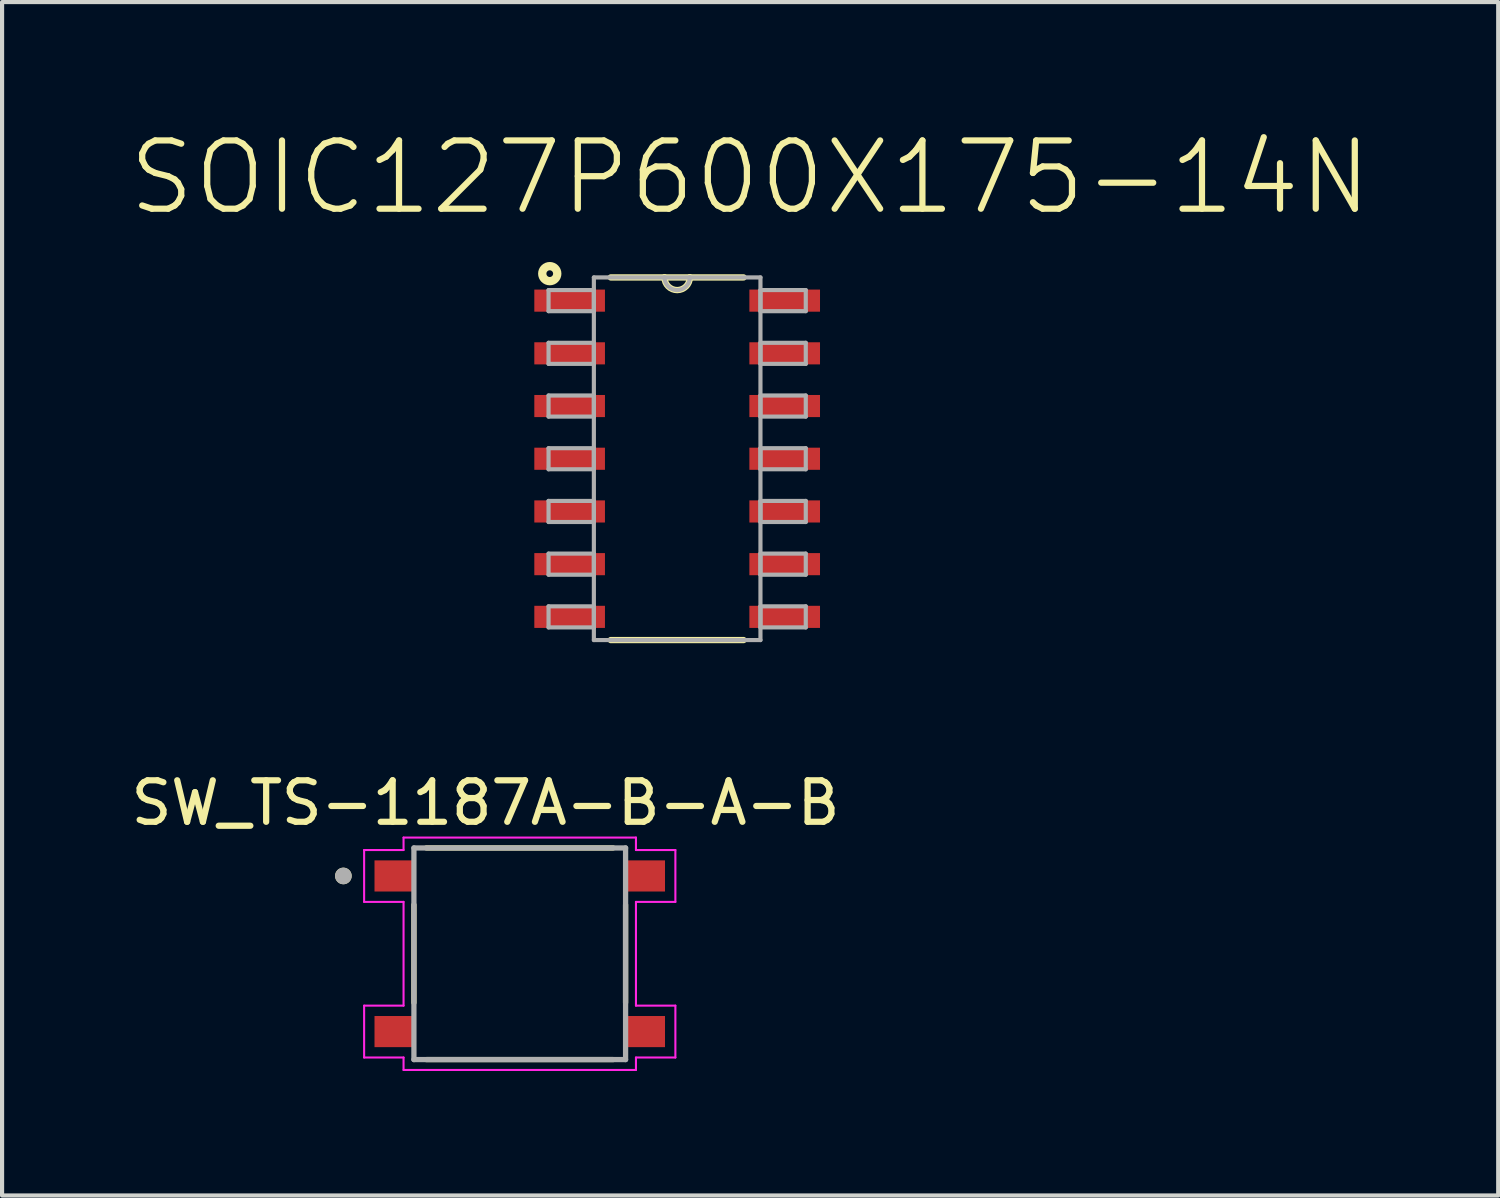
<source format=kicad_pcb>
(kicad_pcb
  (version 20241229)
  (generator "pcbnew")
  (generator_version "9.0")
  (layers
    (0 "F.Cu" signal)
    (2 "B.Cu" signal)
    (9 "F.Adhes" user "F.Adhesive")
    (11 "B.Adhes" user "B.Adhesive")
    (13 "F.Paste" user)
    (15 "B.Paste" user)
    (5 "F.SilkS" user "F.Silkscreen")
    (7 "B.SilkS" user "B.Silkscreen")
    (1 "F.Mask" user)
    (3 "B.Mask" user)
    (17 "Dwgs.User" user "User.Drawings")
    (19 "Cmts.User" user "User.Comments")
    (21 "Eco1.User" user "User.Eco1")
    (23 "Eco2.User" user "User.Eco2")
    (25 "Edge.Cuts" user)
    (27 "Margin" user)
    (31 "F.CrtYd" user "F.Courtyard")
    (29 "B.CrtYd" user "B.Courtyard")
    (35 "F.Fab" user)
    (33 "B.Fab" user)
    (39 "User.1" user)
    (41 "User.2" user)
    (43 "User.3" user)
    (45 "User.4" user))
  (footprint "SW_TS-1187A-B-A-B"
    (layer "F.Cu")
    (at 9.474 19.932)
    (property "Reference" "SW_TS-1187A-B-A-B" (at -0.825 -3.635 0) (layer "F.SilkS") (effects (font (size 1 1) (thickness 0.15))))
    (attr through_hole)
    (fp_line (start -2.55 -1.18) (end -2.55 1.18) (stroke (width 0.127) (type solid)) (layer "F.SilkS"))
    (fp_line (start 2.25 -2.55) (end -2.25 -2.55) (stroke (width 0.127) (type solid)) (layer "F.SilkS"))
    (fp_line (start 2.25 2.55) (end -2.25 2.55) (stroke (width 0.127) (type solid)) (layer "F.SilkS"))
    (fp_line (start 2.55 1.18) (end 2.55 -1.18) (stroke (width 0.127) (type solid)) (layer "F.SilkS"))
    (fp_circle (center -4.25 -1.875) (end -4.15 -1.875) (stroke (width 0.2) (type solid)) (fill no) (layer "F.SilkS"))
    (fp_line (start -3.75 -2.5) (end -3.75 -1.25) (stroke (width 0.05) (type solid)) (layer "F.CrtYd"))
    (fp_line (start -3.75 -2.5) (end -2.8 -2.5) (stroke (width 0.05) (type solid)) (layer "F.CrtYd"))
    (fp_line (start -3.75 -1.25) (end -2.8 -1.25) (stroke (width 0.05) (type solid)) (layer "F.CrtYd"))
    (fp_line (start -3.75 1.25) (end -2.8 1.25) (stroke (width 0.05) (type solid)) (layer "F.CrtYd"))
    (fp_line (start -3.75 2.5) (end -3.75 1.25) (stroke (width 0.05) (type solid)) (layer "F.CrtYd"))
    (fp_line (start -3.75 2.5) (end -2.8 2.5) (stroke (width 0.05) (type solid)) (layer "F.CrtYd"))
    (fp_line (start -2.8 -2.8) (end -2.8 -2.5) (stroke (width 0.05) (type solid)) (layer "F.CrtYd"))
    (fp_line (start -2.8 -1.25) (end -2.8 1.25) (stroke (width 0.05) (type solid)) (layer "F.CrtYd"))
    (fp_line (start -2.8 2.8) (end -2.8 2.5) (stroke (width 0.05) (type solid)) (layer "F.CrtYd"))
    (fp_line (start -2.8 2.8) (end 2.8 2.8) (stroke (width 0.05) (type solid)) (layer "F.CrtYd"))
    (fp_line (start 2.8 -2.8) (end -2.8 -2.8) (stroke (width 0.05) (type solid)) (layer "F.CrtYd"))
    (fp_line (start 2.8 -2.8) (end 2.8 -2.5) (stroke (width 0.05) (type solid)) (layer "F.CrtYd"))
    (fp_line (start 2.8 -1.25) (end 2.8 1.25) (stroke (width 0.05) (type solid)) (layer "F.CrtYd"))
    (fp_line (start 2.8 2.8) (end 2.8 2.5) (stroke (width 0.05) (type solid)) (layer "F.CrtYd"))
    (fp_line (start 3.75 -2.5) (end 2.8 -2.5) (stroke (width 0.05) (type solid)) (layer "F.CrtYd"))
    (fp_line (start 3.75 -2.5) (end 3.75 -1.25) (stroke (width 0.05) (type solid)) (layer "F.CrtYd"))
    (fp_line (start 3.75 -1.25) (end 2.8 -1.25) (stroke (width 0.05) (type solid)) (layer "F.CrtYd"))
    (fp_line (start 3.75 1.25) (end 2.8 1.25) (stroke (width 0.05) (type solid)) (layer "F.CrtYd"))
    (fp_line (start 3.75 2.5) (end 2.8 2.5) (stroke (width 0.05) (type solid)) (layer "F.CrtYd"))
    (fp_line (start 3.75 2.5) (end 3.75 1.25) (stroke (width 0.05) (type solid)) (layer "F.CrtYd"))
    (fp_line (start -2.55 -2.55) (end -2.55 2.55) (stroke (width 0.127) (type solid)) (layer "F.Fab"))
    (fp_line (start -2.55 2.55) (end 2.55 2.55) (stroke (width 0.127) (type solid)) (layer "F.Fab"))
    (fp_line (start 2.55 -2.55) (end -2.55 -2.55) (stroke (width 0.127) (type solid)) (layer "F.Fab"))
    (fp_line (start 2.55 2.55) (end 2.55 -2.55) (stroke (width 0.127) (type solid)) (layer "F.Fab"))
    (fp_circle (center -4.25 -1.875) (end -4.15 -1.875) (stroke (width 0.2) (type solid)) (fill no) (layer "F.Fab"))
    (pad "1" smd rect (at -3 -1.875) (size 1 0.75) (layers "F.Cu" "F.Mask" "F.Paste"))
    (pad "2" smd rect (at -3 1.875) (size 1 0.75) (layers "F.Cu" "F.Mask" "F.Paste"))
    (pad "3" smd rect (at 3 -1.875) (size 1 0.75) (layers "F.Cu" "F.Mask" "F.Paste"))
    (pad "4" smd rect (at 3 1.875) (size 1 0.75) (layers "F.Cu" "F.Mask" "F.Paste")))
  (footprint "SOIC127P600X175-14N"
    (layer "F.Cu")
    (at 13.267 8.004)
    (property "Reference" "SOIC127P600X175-14N" (at 1.758 -6.778 0) (layer "F.SilkS") (effects (font (size 1.645 1.645) (thickness 0.15))))
    (attr through_hole)
    (fp_line (start -1.6 4.369) (end 1.6 4.369) (stroke (width 0.152) (type solid)) (layer "F.SilkS"))
    (fp_line (start -0.305 -4.369) (end -1.6 -4.369) (stroke (width 0.152) (type solid)) (layer "F.SilkS"))
    (fp_line (start 0.305 -4.369) (end -0.305 -4.369) (stroke (width 0.152) (type solid)) (layer "F.SilkS"))
    (fp_line (start 1.6 -4.369) (end 0.305 -4.369) (stroke (width 0.152) (type solid)) (layer "F.SilkS"))
    (fp_arc (start 0.3048 -4.3688) (mid 0 -4.064) (end -0.3048 -4.3688) (stroke (width 0.1524) (type solid)) (layer "F.SilkS"))
    (fp_circle (center -3.07 -4.46) (end -2.989 -4.46) (stroke (width 0.2) (type solid)) (fill no) (layer "F.SilkS"))
    (fp_line (start -3.099 -4.064) (end -3.099 -3.556) (stroke (width 0.1) (type solid)) (layer "F.Fab"))
    (fp_line (start -3.099 -3.556) (end -2.007 -3.556) (stroke (width 0.1) (type solid)) (layer "F.Fab"))
    (fp_line (start -3.099 -2.794) (end -3.099 -2.286) (stroke (width 0.1) (type solid)) (layer "F.Fab"))
    (fp_line (start -3.099 -2.286) (end -2.007 -2.286) (stroke (width 0.1) (type solid)) (layer "F.Fab"))
    (fp_line (start -3.099 -1.524) (end -3.099 -1.016) (stroke (width 0.1) (type solid)) (layer "F.Fab"))
    (fp_line (start -3.099 -1.016) (end -2.007 -1.016) (stroke (width 0.1) (type solid)) (layer "F.Fab"))
    (fp_line (start -3.099 -0.254) (end -3.099 0.254) (stroke (width 0.1) (type solid)) (layer "F.Fab"))
    (fp_line (start -3.099 0.254) (end -2.007 0.254) (stroke (width 0.1) (type solid)) (layer "F.Fab"))
    (fp_line (start -3.099 1.016) (end -3.099 1.524) (stroke (width 0.1) (type solid)) (layer "F.Fab"))
    (fp_line (start -3.099 1.524) (end -2.007 1.524) (stroke (width 0.1) (type solid)) (layer "F.Fab"))
    (fp_line (start -3.099 2.286) (end -3.099 2.794) (stroke (width 0.1) (type solid)) (layer "F.Fab"))
    (fp_line (start -3.099 2.794) (end -2.007 2.794) (stroke (width 0.1) (type solid)) (layer "F.Fab"))
    (fp_line (start -3.099 3.556) (end -3.099 4.064) (stroke (width 0.1) (type solid)) (layer "F.Fab"))
    (fp_line (start -3.099 4.064) (end -2.007 4.064) (stroke (width 0.1) (type solid)) (layer "F.Fab"))
    (fp_line (start -2.007 -4.369) (end -2.007 4.369) (stroke (width 0.1) (type solid)) (layer "F.Fab"))
    (fp_line (start -2.007 -4.064) (end -3.099 -4.064) (stroke (width 0.1) (type solid)) (layer "F.Fab"))
    (fp_line (start -2.007 -3.556) (end -2.007 -4.064) (stroke (width 0.1) (type solid)) (layer "F.Fab"))
    (fp_line (start -2.007 -2.794) (end -3.099 -2.794) (stroke (width 0.1) (type solid)) (layer "F.Fab"))
    (fp_line (start -2.007 -2.286) (end -2.007 -2.794) (stroke (width 0.1) (type solid)) (layer "F.Fab"))
    (fp_line (start -2.007 -1.524) (end -3.099 -1.524) (stroke (width 0.1) (type solid)) (layer "F.Fab"))
    (fp_line (start -2.007 -1.016) (end -2.007 -1.524) (stroke (width 0.1) (type solid)) (layer "F.Fab"))
    (fp_line (start -2.007 -0.254) (end -3.099 -0.254) (stroke (width 0.1) (type solid)) (layer "F.Fab"))
    (fp_line (start -2.007 0.254) (end -2.007 -0.254) (stroke (width 0.1) (type solid)) (layer "F.Fab"))
    (fp_line (start -2.007 1.016) (end -3.099 1.016) (stroke (width 0.1) (type solid)) (layer "F.Fab"))
    (fp_line (start -2.007 1.524) (end -2.007 1.016) (stroke (width 0.1) (type solid)) (layer "F.Fab"))
    (fp_line (start -2.007 2.286) (end -3.099 2.286) (stroke (width 0.1) (type solid)) (layer "F.Fab"))
    (fp_line (start -2.007 2.794) (end -2.007 2.286) (stroke (width 0.1) (type solid)) (layer "F.Fab"))
    (fp_line (start -2.007 3.556) (end -3.099 3.556) (stroke (width 0.1) (type solid)) (layer "F.Fab"))
    (fp_line (start -2.007 4.064) (end -2.007 3.556) (stroke (width 0.1) (type solid)) (layer "F.Fab"))
    (fp_line (start -2.007 4.369) (end 2.007 4.369) (stroke (width 0.1) (type solid)) (layer "F.Fab"))
    (fp_line (start -0.305 -4.369) (end -2.007 -4.369) (stroke (width 0.1) (type solid)) (layer "F.Fab"))
    (fp_line (start 0.305 -4.369) (end -0.305 -4.369) (stroke (width 0.1) (type solid)) (layer "F.Fab"))
    (fp_line (start 2.007 -4.369) (end 0.305 -4.369) (stroke (width 0.1) (type solid)) (layer "F.Fab"))
    (fp_line (start 2.007 -4.064) (end 2.007 -3.556) (stroke (width 0.1) (type solid)) (layer "F.Fab"))
    (fp_line (start 2.007 -3.556) (end 3.099 -3.556) (stroke (width 0.1) (type solid)) (layer "F.Fab"))
    (fp_line (start 2.007 -2.794) (end 2.007 -2.286) (stroke (width 0.1) (type solid)) (layer "F.Fab"))
    (fp_line (start 2.007 -2.286) (end 3.099 -2.286) (stroke (width 0.1) (type solid)) (layer "F.Fab"))
    (fp_line (start 2.007 -1.524) (end 2.007 -1.016) (stroke (width 0.1) (type solid)) (layer "F.Fab"))
    (fp_line (start 2.007 -1.016) (end 3.099 -1.016) (stroke (width 0.1) (type solid)) (layer "F.Fab"))
    (fp_line (start 2.007 -0.254) (end 2.007 0.254) (stroke (width 0.1) (type solid)) (layer "F.Fab"))
    (fp_line (start 2.007 0.254) (end 3.099 0.254) (stroke (width 0.1) (type solid)) (layer "F.Fab"))
    (fp_line (start 2.007 1.016) (end 2.007 1.524) (stroke (width 0.1) (type solid)) (layer "F.Fab"))
    (fp_line (start 2.007 1.524) (end 3.099 1.524) (stroke (width 0.1) (type solid)) (layer "F.Fab"))
    (fp_line (start 2.007 2.286) (end 2.007 2.794) (stroke (width 0.1) (type solid)) (layer "F.Fab"))
    (fp_line (start 2.007 2.794) (end 3.099 2.794) (stroke (width 0.1) (type solid)) (layer "F.Fab"))
    (fp_line (start 2.007 3.556) (end 2.007 4.064) (stroke (width 0.1) (type solid)) (layer "F.Fab"))
    (fp_line (start 2.007 4.064) (end 3.099 4.064) (stroke (width 0.1) (type solid)) (layer "F.Fab"))
    (fp_line (start 2.007 4.369) (end 2.007 -4.369) (stroke (width 0.1) (type solid)) (layer "F.Fab"))
    (fp_line (start 3.099 -4.064) (end 2.007 -4.064) (stroke (width 0.1) (type solid)) (layer "F.Fab"))
    (fp_line (start 3.099 -3.556) (end 3.099 -4.064) (stroke (width 0.1) (type solid)) (layer "F.Fab"))
    (fp_line (start 3.099 -2.794) (end 2.007 -2.794) (stroke (width 0.1) (type solid)) (layer "F.Fab"))
    (fp_line (start 3.099 -2.286) (end 3.099 -2.794) (stroke (width 0.1) (type solid)) (layer "F.Fab"))
    (fp_line (start 3.099 -1.524) (end 2.007 -1.524) (stroke (width 0.1) (type solid)) (layer "F.Fab"))
    (fp_line (start 3.099 -1.016) (end 3.099 -1.524) (stroke (width 0.1) (type solid)) (layer "F.Fab"))
    (fp_line (start 3.099 -0.254) (end 2.007 -0.254) (stroke (width 0.1) (type solid)) (layer "F.Fab"))
    (fp_line (start 3.099 0.254) (end 3.099 -0.254) (stroke (width 0.1) (type solid)) (layer "F.Fab"))
    (fp_line (start 3.099 1.016) (end 2.007 1.016) (stroke (width 0.1) (type solid)) (layer "F.Fab"))
    (fp_line (start 3.099 1.524) (end 3.099 1.016) (stroke (width 0.1) (type solid)) (layer "F.Fab"))
    (fp_line (start 3.099 2.286) (end 2.007 2.286) (stroke (width 0.1) (type solid)) (layer "F.Fab"))
    (fp_line (start 3.099 2.794) (end 3.099 2.286) (stroke (width 0.1) (type solid)) (layer "F.Fab"))
    (fp_line (start 3.099 3.556) (end 2.007 3.556) (stroke (width 0.1) (type solid)) (layer "F.Fab"))
    (fp_line (start 3.099 4.064) (end 3.099 3.556) (stroke (width 0.1) (type solid)) (layer "F.Fab"))
    (fp_arc (start 0.3048 -4.3688) (mid 0 -4.064) (end -0.3048 -4.3688) (stroke (width 0.1) (type solid)) (layer "F.Fab"))
    (pad "1" smd rect (at -2.591 -3.81) (size 1.702 0.533) (layers "F.Cu" "F.Mask" "F.Paste"))
    (pad "2" smd rect (at -2.591 -2.54) (size 1.702 0.533) (layers "F.Cu" "F.Mask" "F.Paste"))
    (pad "3" smd rect (at -2.591 -1.27) (size 1.702 0.533) (layers "F.Cu" "F.Mask" "F.Paste"))
    (pad "4" smd rect (at -2.591 0) (size 1.702 0.533) (layers "F.Cu" "F.Mask" "F.Paste"))
    (pad "5" smd rect (at -2.591 1.27) (size 1.702 0.533) (layers "F.Cu" "F.Mask" "F.Paste"))
    (pad "6" smd rect (at -2.591 2.54) (size 1.702 0.533) (layers "F.Cu" "F.Mask" "F.Paste"))
    (pad "7" smd rect (at -2.591 3.81) (size 1.702 0.533) (layers "F.Cu" "F.Mask" "F.Paste"))
    (pad "8" smd rect (at 2.591 3.81) (size 1.702 0.533) (layers "F.Cu" "F.Mask" "F.Paste"))
    (pad "9" smd rect (at 2.591 2.54) (size 1.702 0.533) (layers "F.Cu" "F.Mask" "F.Paste"))
    (pad "10" smd rect (at 2.591 1.27) (size 1.702 0.533) (layers "F.Cu" "F.Mask" "F.Paste"))
    (pad "11" smd rect (at 2.591 0) (size 1.702 0.533) (layers "F.Cu" "F.Mask" "F.Paste"))
    (pad "12" smd rect (at 2.591 -1.27) (size 1.702 0.533) (layers "F.Cu" "F.Mask" "F.Paste"))
    (pad "13" smd rect (at 2.591 -2.54) (size 1.702 0.533) (layers "F.Cu" "F.Mask" "F.Paste"))
    (pad "14" smd rect (at 2.591 -3.81) (size 1.702 0.533) (layers "F.Cu" "F.Mask" "F.Paste")))
  (gr_rect
    (start -3 -3)
    (end 33.051 25.757)
    (stroke (width 0.1) (type default))
    (fill no)
    (layer "Edge.Cuts")))
</source>
